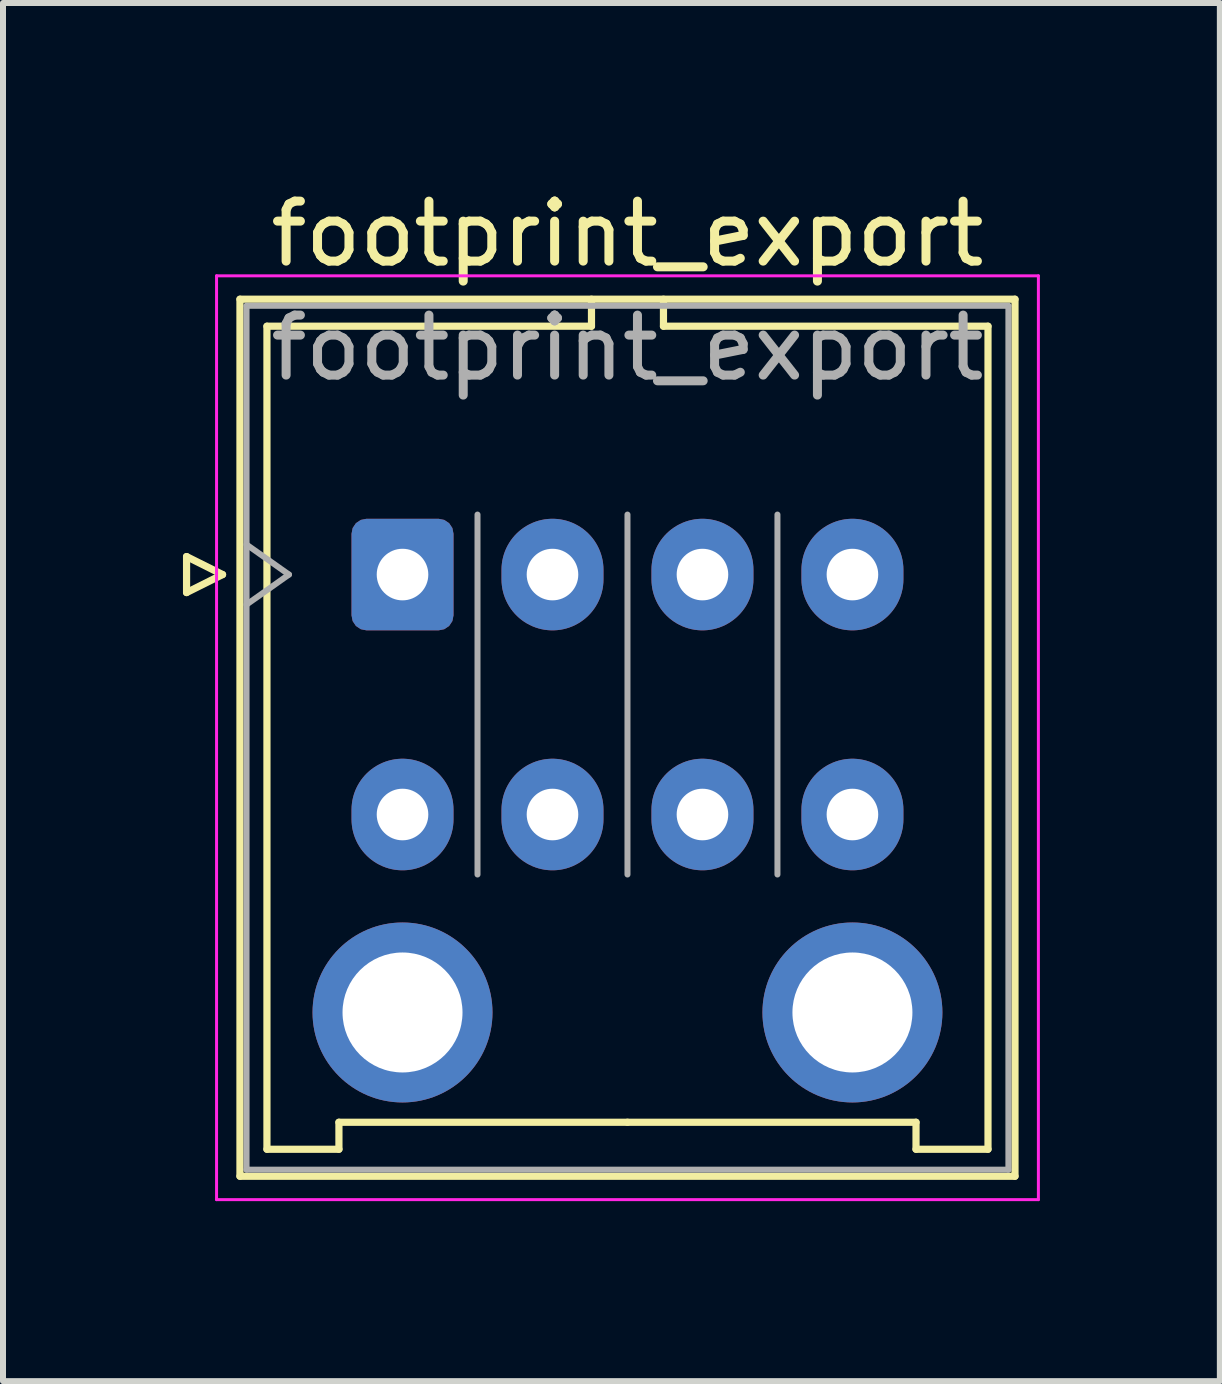
<source format=kicad_pcb>
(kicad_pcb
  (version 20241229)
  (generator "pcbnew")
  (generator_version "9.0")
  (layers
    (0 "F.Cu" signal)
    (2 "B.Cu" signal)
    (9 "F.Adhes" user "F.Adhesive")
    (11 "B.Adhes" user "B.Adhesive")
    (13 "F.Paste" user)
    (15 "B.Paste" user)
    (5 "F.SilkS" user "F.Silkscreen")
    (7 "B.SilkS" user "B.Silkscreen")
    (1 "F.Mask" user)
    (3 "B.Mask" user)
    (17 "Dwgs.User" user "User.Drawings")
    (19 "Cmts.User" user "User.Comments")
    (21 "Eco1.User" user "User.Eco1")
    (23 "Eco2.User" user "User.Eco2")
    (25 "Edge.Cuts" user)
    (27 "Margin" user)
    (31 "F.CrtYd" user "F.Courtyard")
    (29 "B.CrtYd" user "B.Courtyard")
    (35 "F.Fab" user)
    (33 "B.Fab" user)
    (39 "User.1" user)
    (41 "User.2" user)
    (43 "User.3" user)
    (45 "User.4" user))
  (footprint "footprint_export"
    (layer "F.Cu")
    (at 3.66 6.528)
    (property "Reference" "footprint_export" (at 3.75 -5.68 0) (layer "F.SilkS") (effects (font (size 1 1) (thickness 0.15))))
    (attr through_hole)
    (fp_line (start -3.6 -0.3) (end -3 0) (stroke (width 0.12) (type solid)) (layer "F.SilkS"))
    (fp_line (start -3.6 0.3) (end -3.6 -0.3) (stroke (width 0.12) (type solid)) (layer "F.SilkS"))
    (fp_line (start -3 0) (end -3.6 0.3) (stroke (width 0.12) (type solid)) (layer "F.SilkS"))
    (fp_line (start -2.71 -4.59) (end -2.71 10.03) (stroke (width 0.12) (type solid)) (layer "F.SilkS"))
    (fp_line (start -2.71 10.03) (end 10.21 10.03) (stroke (width 0.12) (type solid)) (layer "F.SilkS"))
    (fp_line (start -2.26 -4.14) (end -2.26 9.58) (stroke (width 0.12) (type solid)) (layer "F.SilkS"))
    (fp_line (start -2.26 9.58) (end -1.06 9.58) (stroke (width 0.12) (type solid)) (layer "F.SilkS"))
    (fp_line (start -1.06 9.13) (end 3.75 9.13) (stroke (width 0.12) (type solid)) (layer "F.SilkS"))
    (fp_line (start -1.06 9.58) (end -1.06 9.13) (stroke (width 0.12) (type solid)) (layer "F.SilkS"))
    (fp_line (start 3.15 -4.59) (end 3.15 -4.14) (stroke (width 0.12) (type solid)) (layer "F.SilkS"))
    (fp_line (start 3.15 -4.14) (end -2.26 -4.14) (stroke (width 0.12) (type solid)) (layer "F.SilkS"))
    (fp_line (start 4.35 -4.59) (end 4.35 -4.14) (stroke (width 0.12) (type solid)) (layer "F.SilkS"))
    (fp_line (start 4.35 -4.14) (end 9.76 -4.14) (stroke (width 0.12) (type solid)) (layer "F.SilkS"))
    (fp_line (start 8.56 9.13) (end 3.75 9.13) (stroke (width 0.12) (type solid)) (layer "F.SilkS"))
    (fp_line (start 8.56 9.58) (end 8.56 9.13) (stroke (width 0.12) (type solid)) (layer "F.SilkS"))
    (fp_line (start 9.76 -4.14) (end 9.76 9.58) (stroke (width 0.12) (type solid)) (layer "F.SilkS"))
    (fp_line (start 9.76 9.58) (end 8.56 9.58) (stroke (width 0.12) (type solid)) (layer "F.SilkS"))
    (fp_line (start 10.21 -4.59) (end -2.71 -4.59) (stroke (width 0.12) (type solid)) (layer "F.SilkS"))
    (fp_line (start 10.21 10.03) (end 10.21 -4.59) (stroke (width 0.12) (type solid)) (layer "F.SilkS"))
    (fp_line (start -3.1 -4.98) (end -3.1 10.42) (stroke (width 0.05) (type solid)) (layer "F.CrtYd"))
    (fp_line (start -3.1 10.42) (end 10.6 10.42) (stroke (width 0.05) (type solid)) (layer "F.CrtYd"))
    (fp_line (start 10.6 -4.98) (end -3.1 -4.98) (stroke (width 0.05) (type solid)) (layer "F.CrtYd"))
    (fp_line (start 10.6 10.42) (end 10.6 -4.98) (stroke (width 0.05) (type solid)) (layer "F.CrtYd"))
    (fp_line (start -2.6 -4.48) (end -2.6 9.92) (stroke (width 0.1) (type solid)) (layer "F.Fab"))
    (fp_line (start -2.6 0.5) (end -1.893 0) (stroke (width 0.1) (type solid)) (layer "F.Fab"))
    (fp_line (start -2.6 9.92) (end 10.1 9.92) (stroke (width 0.1) (type solid)) (layer "F.Fab"))
    (fp_line (start -1.893 0) (end -2.6 -0.5) (stroke (width 0.1) (type solid)) (layer "F.Fab"))
    (fp_line (start 1.25 5) (end 1.25 -1) (stroke (width 0.1) (type solid)) (layer "F.Fab"))
    (fp_line (start 3.75 5) (end 3.75 -1) (stroke (width 0.1) (type solid)) (layer "F.Fab"))
    (fp_line (start 6.25 5) (end 6.25 -1) (stroke (width 0.1) (type solid)) (layer "F.Fab"))
    (fp_line (start 10.1 -4.48) (end -2.6 -4.48) (stroke (width 0.1) (type solid)) (layer "F.Fab"))
    (fp_line (start 10.1 9.92) (end 10.1 -4.48) (stroke (width 0.1) (type solid)) (layer "F.Fab"))
    (fp_text user "${REFERENCE}" (at 3.75 -3.78 0) (layer "F.Fab") (effects (font (size 1 1) (thickness 0.15))))
    (pad "" thru_hole circle (at 0 7.3) (size 3 3) (drill 2) (layers "*.Cu" "*.Mask"))
    (pad "" thru_hole circle (at 7.5 7.3) (size 3 3) (drill 2) (layers "*.Cu" "*.Mask"))
    (pad "1" thru_hole roundrect (at 0 0) (size 1.7 1.86) (drill 0.86) (layers "*.Cu" "*.Mask") (roundrect_rratio 0.147))
    (pad "2" thru_hole oval (at 2.5 0) (size 1.7 1.86) (drill 0.86) (layers "*.Cu" "*.Mask"))
    (pad "3" thru_hole oval (at 5 0) (size 1.7 1.86) (drill 0.86) (layers "*.Cu" "*.Mask"))
    (pad "4" thru_hole oval (at 7.5 0) (size 1.7 1.86) (drill 0.86) (layers "*.Cu" "*.Mask"))
    (pad "5" thru_hole oval (at 0 4) (size 1.7 1.86) (drill 0.86) (layers "*.Cu" "*.Mask"))
    (pad "6" thru_hole oval (at 2.5 4) (size 1.7 1.86) (drill 0.86) (layers "*.Cu" "*.Mask"))
    (pad "7" thru_hole oval (at 5 4) (size 1.7 1.86) (drill 0.86) (layers "*.Cu" "*.Mask"))
    (pad "8" thru_hole oval (at 7.5 4) (size 1.7 1.86) (drill 0.86) (layers "*.Cu" "*.Mask")))
  (gr_rect
    (start -3 -3)
    (end 17.285 19.973)
    (stroke (width 0.1) (type default))
    (fill no)
    (layer "Edge.Cuts")))
</source>
